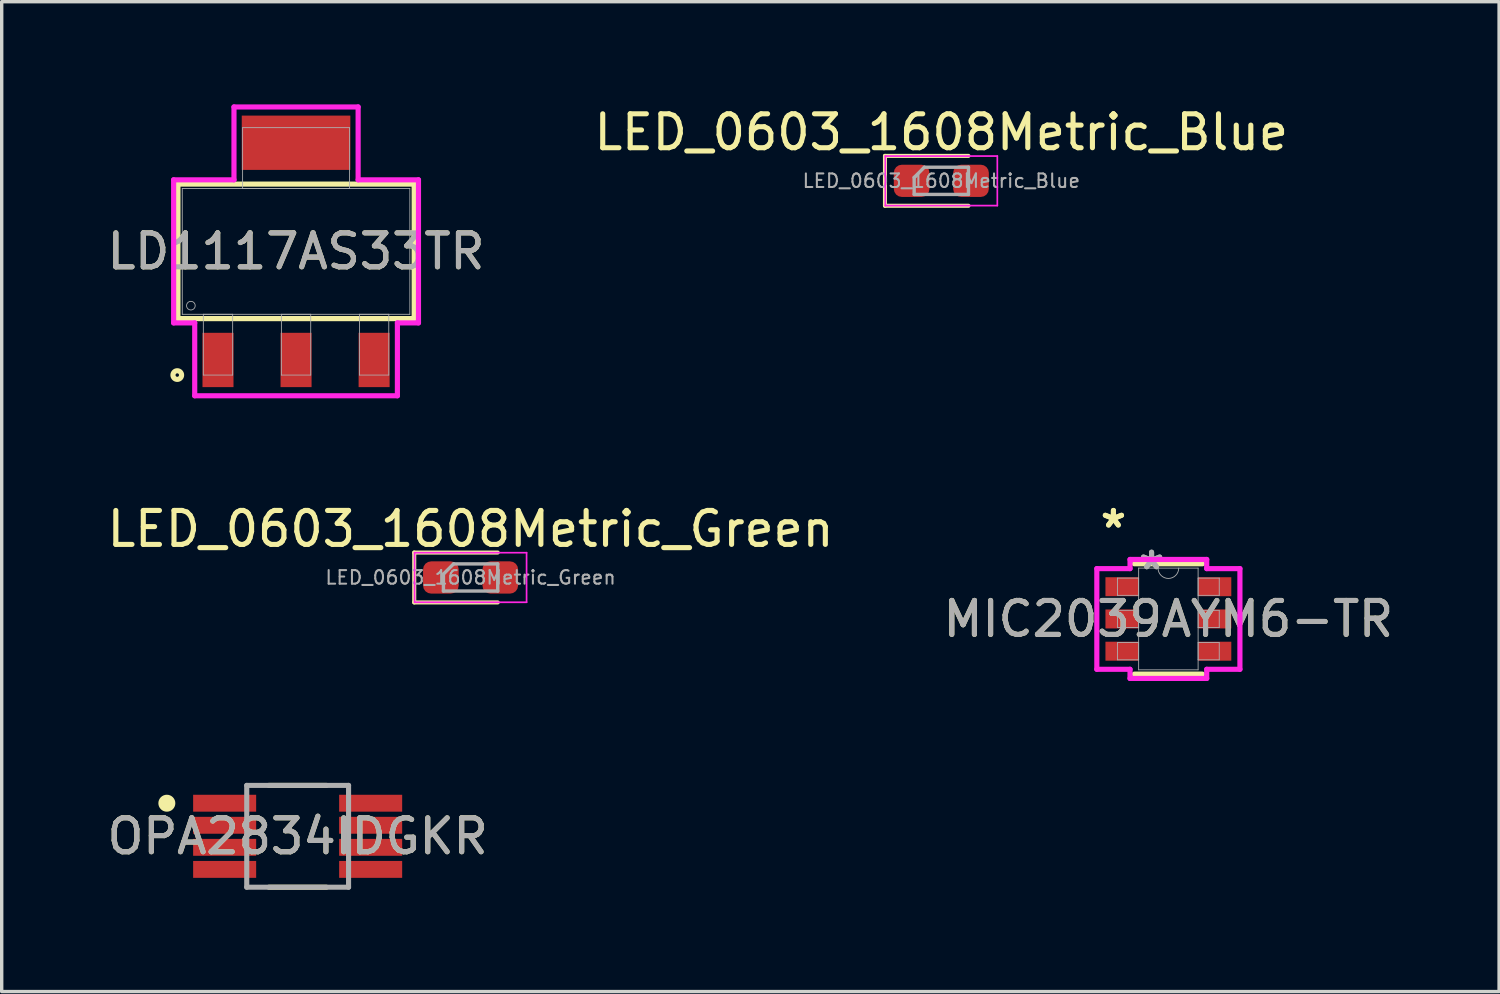
<source format=kicad_pcb>
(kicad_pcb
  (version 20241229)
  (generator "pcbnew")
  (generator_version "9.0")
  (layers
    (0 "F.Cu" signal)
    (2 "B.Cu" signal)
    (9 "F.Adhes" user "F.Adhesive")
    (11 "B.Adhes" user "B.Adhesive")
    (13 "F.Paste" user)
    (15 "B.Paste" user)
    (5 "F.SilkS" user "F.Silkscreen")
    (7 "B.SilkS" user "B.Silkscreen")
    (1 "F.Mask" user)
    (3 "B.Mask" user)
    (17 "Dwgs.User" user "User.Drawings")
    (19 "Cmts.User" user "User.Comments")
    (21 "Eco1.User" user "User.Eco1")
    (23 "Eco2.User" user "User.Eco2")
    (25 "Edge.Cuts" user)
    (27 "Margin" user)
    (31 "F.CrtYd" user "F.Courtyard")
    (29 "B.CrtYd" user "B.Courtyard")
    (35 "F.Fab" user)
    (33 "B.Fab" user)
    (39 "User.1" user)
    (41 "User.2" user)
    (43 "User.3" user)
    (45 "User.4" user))
  (footprint "LED_0603_1608Metric_Green"
    (layer "F.Cu")
    (at 10.815 13.965)
    (property "Reference" "LED_0603_1608Metric_Green" (at 0 -1.43 0) (layer "F.SilkS") (effects (font (size 1 1) (thickness 0.15))))
    (attr smd)
    (fp_line (start -1.66 -0.735) (end -1.66 0.735) (stroke (width 0.12) (type solid)) (layer "F.SilkS"))
    (fp_line (start -1.66 0.735) (end 0.8 0.735) (stroke (width 0.12) (type solid)) (layer "F.SilkS"))
    (fp_line (start 0.8 -0.735) (end -1.66 -0.735) (stroke (width 0.12) (type solid)) (layer "F.SilkS"))
    (fp_line (start -1.65 -0.73) (end 1.65 -0.73) (stroke (width 0.05) (type solid)) (layer "F.CrtYd"))
    (fp_line (start -1.65 0.73) (end -1.65 -0.73) (stroke (width 0.05) (type solid)) (layer "F.CrtYd"))
    (fp_line (start 1.65 -0.73) (end 1.65 0.73) (stroke (width 0.05) (type solid)) (layer "F.CrtYd"))
    (fp_line (start 1.65 0.73) (end -1.65 0.73) (stroke (width 0.05) (type solid)) (layer "F.CrtYd"))
    (fp_line (start -0.8 -0.1) (end -0.8 0.4) (stroke (width 0.1) (type solid)) (layer "F.Fab"))
    (fp_line (start -0.8 0.4) (end 0.8 0.4) (stroke (width 0.1) (type solid)) (layer "F.Fab"))
    (fp_line (start -0.5 -0.4) (end -0.8 -0.1) (stroke (width 0.1) (type solid)) (layer "F.Fab"))
    (fp_line (start 0.8 -0.4) (end -0.5 -0.4) (stroke (width 0.1) (type solid)) (layer "F.Fab"))
    (fp_line (start 0.8 0.4) (end 0.8 -0.4) (stroke (width 0.1) (type solid)) (layer "F.Fab"))
    (fp_text user "${REFERENCE}" (at 0 0 0) (layer "F.Fab") (effects (font (size 0.4 0.4) (thickness 0.06))))
    (pad "1" smd roundrect (at -0.875 0) (size 1.05 0.95) (layers "F.Cu" "F.Mask" "F.Paste") (roundrect_rratio 0.25))
    (pad "2" smd roundrect (at 0.875 0) (size 1.05 0.95) (layers "F.Cu" "F.Mask" "F.Paste") (roundrect_rratio 0.25)))
  (footprint "LED_0603_1608Metric_Blue"
    (layer "F.Cu")
    (at 24.685 2.278)
    (property "Reference" "LED_0603_1608Metric_Blue" (at 0 -1.43 0) (layer "F.SilkS") (effects (font (size 1 1) (thickness 0.15))))
    (attr smd)
    (fp_line (start -1.66 -0.735) (end -1.66 0.735) (stroke (width 0.12) (type solid)) (layer "F.SilkS"))
    (fp_line (start -1.66 0.735) (end 0.8 0.735) (stroke (width 0.12) (type solid)) (layer "F.SilkS"))
    (fp_line (start 0.8 -0.735) (end -1.66 -0.735) (stroke (width 0.12) (type solid)) (layer "F.SilkS"))
    (fp_line (start -1.65 -0.73) (end 1.65 -0.73) (stroke (width 0.05) (type solid)) (layer "F.CrtYd"))
    (fp_line (start -1.65 0.73) (end -1.65 -0.73) (stroke (width 0.05) (type solid)) (layer "F.CrtYd"))
    (fp_line (start 1.65 -0.73) (end 1.65 0.73) (stroke (width 0.05) (type solid)) (layer "F.CrtYd"))
    (fp_line (start 1.65 0.73) (end -1.65 0.73) (stroke (width 0.05) (type solid)) (layer "F.CrtYd"))
    (fp_line (start -0.8 -0.1) (end -0.8 0.4) (stroke (width 0.1) (type solid)) (layer "F.Fab"))
    (fp_line (start -0.8 0.4) (end 0.8 0.4) (stroke (width 0.1) (type solid)) (layer "F.Fab"))
    (fp_line (start -0.5 -0.4) (end -0.8 -0.1) (stroke (width 0.1) (type solid)) (layer "F.Fab"))
    (fp_line (start 0.8 -0.4) (end -0.5 -0.4) (stroke (width 0.1) (type solid)) (layer "F.Fab"))
    (fp_line (start 0.8 0.4) (end 0.8 -0.4) (stroke (width 0.1) (type solid)) (layer "F.Fab"))
    (fp_text user "${REFERENCE}" (at 0 0 0) (layer "F.Fab") (effects (font (size 0.4 0.4) (thickness 0.06))))
    (pad "1" smd roundrect (at -0.875 0) (size 1.05 0.95) (layers "F.Cu" "F.Mask" "F.Paste") (roundrect_rratio 0.25))
    (pad "2" smd roundrect (at 0.875 0) (size 1.05 0.95) (layers "F.Cu" "F.Mask" "F.Paste") (roundrect_rratio 0.25)))
  (footprint "OPA2834IDGKR"
    (layer "F.Cu")
    (at 5.72 21.591)
    (property "Reference" "OPA2834IDGKR" (at 0 0 0) (unlocked yes) (layer "F.SilkS") (effects (font (size 1 1) (thickness 0.15))))
    (attr smd)
    (fp_line (start -0.848 -1.5) (end 0.848 -1.5) (stroke (width 0.15) (type solid)) (layer "F.SilkS"))
    (fp_line (start -0.848 1.5) (end 0.848 1.5) (stroke (width 0.15) (type solid)) (layer "F.SilkS"))
    (fp_circle (center -3.854 -0.975) (end -3.729 -0.975) (stroke (width 0.25) (type solid)) (fill no) (layer "F.SilkS"))
    (fp_line (start -1.5 -1.5) (end 1.5 -1.5) (stroke (width 0.15) (type solid)) (layer "F.Fab"))
    (fp_line (start -1.5 1.5) (end -1.5 -1.5) (stroke (width 0.15) (type solid)) (layer "F.Fab"))
    (fp_line (start -1.5 1.5) (end 1.5 1.5) (stroke (width 0.15) (type solid)) (layer "F.Fab"))
    (fp_line (start 1.5 1.5) (end 1.5 -1.5) (stroke (width 0.15) (type solid)) (layer "F.Fab"))
    (fp_text user "${REFERENCE}" (at 0 0 0) (unlocked yes) (layer "F.Fab") (effects (font (size 1 1) (thickness 0.15))))
    (pad "1" smd rect (at -2.151 -0.975) (size 1.857 0.498) (layers "F.Cu" "F.Mask" "F.Paste"))
    (pad "2" smd rect (at -2.151 -0.325) (size 1.857 0.498) (layers "F.Cu" "F.Mask" "F.Paste"))
    (pad "3" smd rect (at -2.151 0.325) (size 1.857 0.498) (layers "F.Cu" "F.Mask" "F.Paste"))
    (pad "4" smd rect (at -2.151 0.975) (size 1.857 0.498) (layers "F.Cu" "F.Mask" "F.Paste"))
    (pad "5" smd rect (at 2.151 0.975) (size 1.857 0.498) (layers "F.Cu" "F.Mask" "F.Paste"))
    (pad "6" smd rect (at 2.151 0.325) (size 1.857 0.498) (layers "F.Cu" "F.Mask" "F.Paste"))
    (pad "7" smd rect (at 2.151 -0.325) (size 1.857 0.498) (layers "F.Cu" "F.Mask" "F.Paste"))
    (pad "8" smd rect (at 2.151 -0.975) (size 1.857 0.498) (layers "F.Cu" "F.Mask" "F.Paste")))
  (footprint "LD1117AS33TR"
    (layer "F.Cu")
    (at 5.673 4.356)
    (property "Reference" "LD1117AS33TR" (at 0 0 0) (unlocked yes) (layer "F.SilkS") (effects (font (size 1 1) (thickness 0.15))))
    (attr smd)
    (fp_poly (pts (xy 1.6 -4) (xy -1.6 -4) (xy -1.6 -2.4) (xy 1.6 -2.4)) (stroke (width 0) (type solid)) (fill yes) (layer "F.Cu"))
    (fp_poly (pts (xy 1.626 -4.356) (xy -1.626 -4.356) (xy -1.626 -2.045) (xy 1.626 -2.045)) (stroke (width 0) (type solid)) (fill yes) (layer "F.Mask"))
    (fp_line (start -3.48 -1.981) (end -3.48 1.981) (stroke (width 0.152) (type solid)) (layer "F.SilkS"))
    (fp_line (start -3.48 1.981) (end 3.48 1.981) (stroke (width 0.152) (type solid)) (layer "F.SilkS"))
    (fp_line (start 3.48 -1.981) (end -3.48 -1.981) (stroke (width 0.152) (type solid)) (layer "F.SilkS"))
    (fp_line (start 3.48 1.981) (end 3.48 -1.981) (stroke (width 0.152) (type solid)) (layer "F.SilkS"))
    (fp_circle (center -3.5 3.645) (end -3.373 3.645) (stroke (width 0.152) (type solid)) (fill no) (layer "F.SilkS"))
    (fp_poly (pts (xy 1.6 -4) (xy -1.6 -4) (xy -1.6 -2.4) (xy 1.6 -2.4)) (stroke (width 0) (type solid)) (fill yes) (layer "F.Paste"))
    (fp_line (start -3.607 -2.108) (end -1.829 -2.108) (stroke (width 0.152) (type solid)) (layer "F.CrtYd"))
    (fp_line (start -3.607 2.108) (end -3.607 -2.108) (stroke (width 0.152) (type solid)) (layer "F.CrtYd"))
    (fp_line (start -2.986 2.108) (end -3.607 2.108) (stroke (width 0.152) (type solid)) (layer "F.CrtYd"))
    (fp_line (start -2.986 4.255) (end -2.986 2.108) (stroke (width 0.152) (type solid)) (layer "F.CrtYd"))
    (fp_line (start -1.829 -4.255) (end 1.829 -4.255) (stroke (width 0.152) (type solid)) (layer "F.CrtYd"))
    (fp_line (start -1.829 -2.108) (end -1.829 -4.255) (stroke (width 0.152) (type solid)) (layer "F.CrtYd"))
    (fp_line (start 1.829 -4.255) (end 1.829 -2.108) (stroke (width 0.152) (type solid)) (layer "F.CrtYd"))
    (fp_line (start 1.829 -2.108) (end 3.607 -2.108) (stroke (width 0.152) (type solid)) (layer "F.CrtYd"))
    (fp_line (start 2.986 2.108) (end 2.986 4.255) (stroke (width 0.152) (type solid)) (layer "F.CrtYd"))
    (fp_line (start 2.986 4.255) (end -2.986 4.255) (stroke (width 0.152) (type solid)) (layer "F.CrtYd"))
    (fp_line (start 3.607 -2.108) (end 3.607 2.108) (stroke (width 0.152) (type solid)) (layer "F.CrtYd"))
    (fp_line (start 3.607 2.108) (end 2.986 2.108) (stroke (width 0.152) (type solid)) (layer "F.CrtYd"))
    (fp_line (start -3.353 -1.854) (end -3.353 1.854) (stroke (width 0.025) (type solid)) (layer "F.Fab"))
    (fp_line (start -3.353 1.854) (end 3.353 1.854) (stroke (width 0.025) (type solid)) (layer "F.Fab"))
    (fp_line (start -2.732 1.854) (end -2.732 3.645) (stroke (width 0.025) (type solid)) (layer "F.Fab"))
    (fp_line (start -2.732 3.645) (end -1.868 3.645) (stroke (width 0.025) (type solid)) (layer "F.Fab"))
    (fp_line (start -1.868 1.854) (end -2.732 1.854) (stroke (width 0.025) (type solid)) (layer "F.Fab"))
    (fp_line (start -1.868 3.645) (end -1.868 1.854) (stroke (width 0.025) (type solid)) (layer "F.Fab"))
    (fp_line (start -1.575 -3.645) (end -1.575 -1.854) (stroke (width 0.025) (type solid)) (layer "F.Fab"))
    (fp_line (start -1.575 -1.854) (end 1.575 -1.854) (stroke (width 0.025) (type solid)) (layer "F.Fab"))
    (fp_line (start -0.432 1.854) (end -0.432 3.645) (stroke (width 0.025) (type solid)) (layer "F.Fab"))
    (fp_line (start -0.432 3.645) (end 0.432 3.645) (stroke (width 0.025) (type solid)) (layer "F.Fab"))
    (fp_line (start 0.432 1.854) (end -0.432 1.854) (stroke (width 0.025) (type solid)) (layer "F.Fab"))
    (fp_line (start 0.432 3.645) (end 0.432 1.854) (stroke (width 0.025) (type solid)) (layer "F.Fab"))
    (fp_line (start 1.575 -3.645) (end -1.575 -3.645) (stroke (width 0.025) (type solid)) (layer "F.Fab"))
    (fp_line (start 1.575 -1.854) (end 1.575 -3.645) (stroke (width 0.025) (type solid)) (layer "F.Fab"))
    (fp_line (start 1.868 1.854) (end 1.868 3.645) (stroke (width 0.025) (type solid)) (layer "F.Fab"))
    (fp_line (start 1.868 3.645) (end 2.732 3.645) (stroke (width 0.025) (type solid)) (layer "F.Fab"))
    (fp_line (start 2.732 1.854) (end 1.868 1.854) (stroke (width 0.025) (type solid)) (layer "F.Fab"))
    (fp_line (start 2.732 3.645) (end 2.732 1.854) (stroke (width 0.025) (type solid)) (layer "F.Fab"))
    (fp_line (start 3.353 -1.854) (end -3.353 -1.854) (stroke (width 0.025) (type solid)) (layer "F.Fab"))
    (fp_line (start 3.353 1.854) (end 3.353 -1.854) (stroke (width 0.025) (type solid)) (layer "F.Fab"))
    (fp_circle (center -3.099 1.6) (end -2.972 1.6) (stroke (width 0.025) (type solid)) (fill no) (layer "F.Fab"))
    (fp_text user "${REFERENCE}" (at 0 0 0) (unlocked yes) (layer "F.Fab") (effects (font (size 1 1) (thickness 0.15))))
    (pad "1" smd rect (at -2.3 3.2) (size 0.914 1.6) (layers "F.Cu" "F.Mask" "F.Paste"))
    (pad "2" smd rect (at 0 3.2) (size 0.914 1.6) (layers "F.Cu" "F.Mask" "F.Paste"))
    (pad "3" smd rect (at 2.3 3.2) (size 0.914 1.6) (layers "F.Cu" "F.Mask" "F.Paste")))
  (footprint "MIC2039AYM6-TR"
    (layer "F.Cu")
    (at 31.375 15.187)
    (property "Reference" "MIC2039AYM6-TR" (at 0 0 0) (unlocked yes) (layer "F.SilkS") (effects (font (size 1 1) (thickness 0.15))))
    (attr smd)
    (fp_line (start -1.003 1.626) (end 1.003 1.626) (stroke (width 0.152) (type solid)) (layer "F.SilkS"))
    (fp_line (start 1.003 -1.626) (end -1.003 -1.626) (stroke (width 0.152) (type solid)) (layer "F.SilkS"))
    (fp_line (start -2.108 -1.483) (end -1.13 -1.483) (stroke (width 0.152) (type solid)) (layer "F.CrtYd"))
    (fp_line (start -2.108 1.483) (end -2.108 -1.483) (stroke (width 0.152) (type solid)) (layer "F.CrtYd"))
    (fp_line (start -2.108 1.483) (end -1.13 1.483) (stroke (width 0.152) (type solid)) (layer "F.CrtYd"))
    (fp_line (start -1.13 -1.753) (end 1.13 -1.753) (stroke (width 0.152) (type solid)) (layer "F.CrtYd"))
    (fp_line (start -1.13 -1.483) (end -1.13 -1.753) (stroke (width 0.152) (type solid)) (layer "F.CrtYd"))
    (fp_line (start -1.13 1.753) (end -1.13 1.483) (stroke (width 0.152) (type solid)) (layer "F.CrtYd"))
    (fp_line (start 1.13 -1.753) (end 1.13 -1.483) (stroke (width 0.152) (type solid)) (layer "F.CrtYd"))
    (fp_line (start 1.13 1.483) (end 1.13 1.753) (stroke (width 0.152) (type solid)) (layer "F.CrtYd"))
    (fp_line (start 1.13 1.753) (end -1.13 1.753) (stroke (width 0.152) (type solid)) (layer "F.CrtYd"))
    (fp_line (start 2.108 -1.483) (end 1.13 -1.483) (stroke (width 0.152) (type solid)) (layer "F.CrtYd"))
    (fp_line (start 2.108 -1.483) (end 2.108 1.483) (stroke (width 0.152) (type solid)) (layer "F.CrtYd"))
    (fp_line (start 2.108 1.483) (end 1.13 1.483) (stroke (width 0.152) (type solid)) (layer "F.CrtYd"))
    (fp_line (start -1.499 -1.204) (end -1.499 -0.696) (stroke (width 0.025) (type solid)) (layer "F.Fab"))
    (fp_line (start -1.499 -0.696) (end -0.876 -0.696) (stroke (width 0.025) (type solid)) (layer "F.Fab"))
    (fp_line (start -1.499 -0.254) (end -1.499 0.254) (stroke (width 0.025) (type solid)) (layer "F.Fab"))
    (fp_line (start -1.499 0.254) (end -0.876 0.254) (stroke (width 0.025) (type solid)) (layer "F.Fab"))
    (fp_line (start -1.499 0.696) (end -1.499 1.204) (stroke (width 0.025) (type solid)) (layer "F.Fab"))
    (fp_line (start -1.499 1.204) (end -0.876 1.204) (stroke (width 0.025) (type solid)) (layer "F.Fab"))
    (fp_line (start -0.876 -1.499) (end -0.876 1.499) (stroke (width 0.025) (type solid)) (layer "F.Fab"))
    (fp_line (start -0.876 -1.204) (end -1.499 -1.204) (stroke (width 0.025) (type solid)) (layer "F.Fab"))
    (fp_line (start -0.876 -0.696) (end -0.876 -1.204) (stroke (width 0.025) (type solid)) (layer "F.Fab"))
    (fp_line (start -0.876 -0.254) (end -1.499 -0.254) (stroke (width 0.025) (type solid)) (layer "F.Fab"))
    (fp_line (start -0.876 0.254) (end -0.876 -0.254) (stroke (width 0.025) (type solid)) (layer "F.Fab"))
    (fp_line (start -0.876 0.696) (end -1.499 0.696) (stroke (width 0.025) (type solid)) (layer "F.Fab"))
    (fp_line (start -0.876 1.204) (end -0.876 0.696) (stroke (width 0.025) (type solid)) (layer "F.Fab"))
    (fp_line (start -0.876 1.499) (end 0.876 1.499) (stroke (width 0.025) (type solid)) (layer "F.Fab"))
    (fp_line (start 0.876 -1.499) (end -0.876 -1.499) (stroke (width 0.025) (type solid)) (layer "F.Fab"))
    (fp_line (start 0.876 -1.204) (end 0.876 -0.696) (stroke (width 0.025) (type solid)) (layer "F.Fab"))
    (fp_line (start 0.876 -0.696) (end 1.499 -0.696) (stroke (width 0.025) (type solid)) (layer "F.Fab"))
    (fp_line (start 0.876 -0.254) (end 0.876 0.254) (stroke (width 0.025) (type solid)) (layer "F.Fab"))
    (fp_line (start 0.876 0.254) (end 1.499 0.254) (stroke (width 0.025) (type solid)) (layer "F.Fab"))
    (fp_line (start 0.876 0.696) (end 0.876 1.204) (stroke (width 0.025) (type solid)) (layer "F.Fab"))
    (fp_line (start 0.876 1.204) (end 1.499 1.204) (stroke (width 0.025) (type solid)) (layer "F.Fab"))
    (fp_line (start 0.876 1.499) (end 0.876 -1.499) (stroke (width 0.025) (type solid)) (layer "F.Fab"))
    (fp_line (start 1.499 -1.204) (end 0.876 -1.204) (stroke (width 0.025) (type solid)) (layer "F.Fab"))
    (fp_line (start 1.499 -0.696) (end 1.499 -1.204) (stroke (width 0.025) (type solid)) (layer "F.Fab"))
    (fp_line (start 1.499 -0.254) (end 0.876 -0.254) (stroke (width 0.025) (type solid)) (layer "F.Fab"))
    (fp_line (start 1.499 0.254) (end 1.499 -0.254) (stroke (width 0.025) (type solid)) (layer "F.Fab"))
    (fp_line (start 1.499 0.696) (end 0.876 0.696) (stroke (width 0.025) (type solid)) (layer "F.Fab"))
    (fp_line (start 1.499 1.204) (end 1.499 0.696) (stroke (width 0.025) (type solid)) (layer "F.Fab"))
    (fp_arc (start 0.3048 -1.4986) (mid 0 -1.1938) (end -0.3048 -1.4986) (stroke (width 0.0254) (type solid)) (layer "F.Fab"))
    (fp_text user "*" (at -1.619 -2.652 0) (layer "F.SilkS") (effects (font (size 1 1) (thickness 0.15))))
    (fp_text user "*" (at -1.619 -2.652 0) (unlocked yes) (layer "F.SilkS") (effects (font (size 1 1) (thickness 0.15))))
    (fp_text user "*" (at -0.495 -1.422 0) (unlocked yes) (layer "F.Fab") (effects (font (size 1 1) (thickness 0.15))))
    (fp_text user "*" (at -0.495 -1.422 0) (layer "F.Fab") (effects (font (size 1 1) (thickness 0.15))))
    (fp_text user "${REFERENCE}" (at 0 0 0) (unlocked yes) (layer "F.Fab") (effects (font (size 1 1) (thickness 0.15))))
    (pad "1" smd rect (at -1.365 -0.95) (size 0.978 0.559) (layers "F.Cu" "F.Mask" "F.Paste"))
    (pad "2" smd rect (at -1.365 0) (size 0.978 0.559) (layers "F.Cu" "F.Mask" "F.Paste"))
    (pad "3" smd rect (at -1.365 0.95) (size 0.978 0.559) (layers "F.Cu" "F.Mask" "F.Paste"))
    (pad "4" smd rect (at 1.365 0.95) (size 0.978 0.559) (layers "F.Cu" "F.Mask" "F.Paste"))
    (pad "5" smd rect (at 1.365 0) (size 0.978 0.559) (layers "F.Cu" "F.Mask" "F.Paste"))
    (pad "6" smd rect (at 1.365 -0.95) (size 0.978 0.559) (layers "F.Cu" "F.Mask" "F.Paste")))
  (gr_rect
    (start -3 -3)
    (end 41.119 26.166)
    (stroke (width 0.1) (type default))
    (fill no)
    (layer "Edge.Cuts")))
</source>
